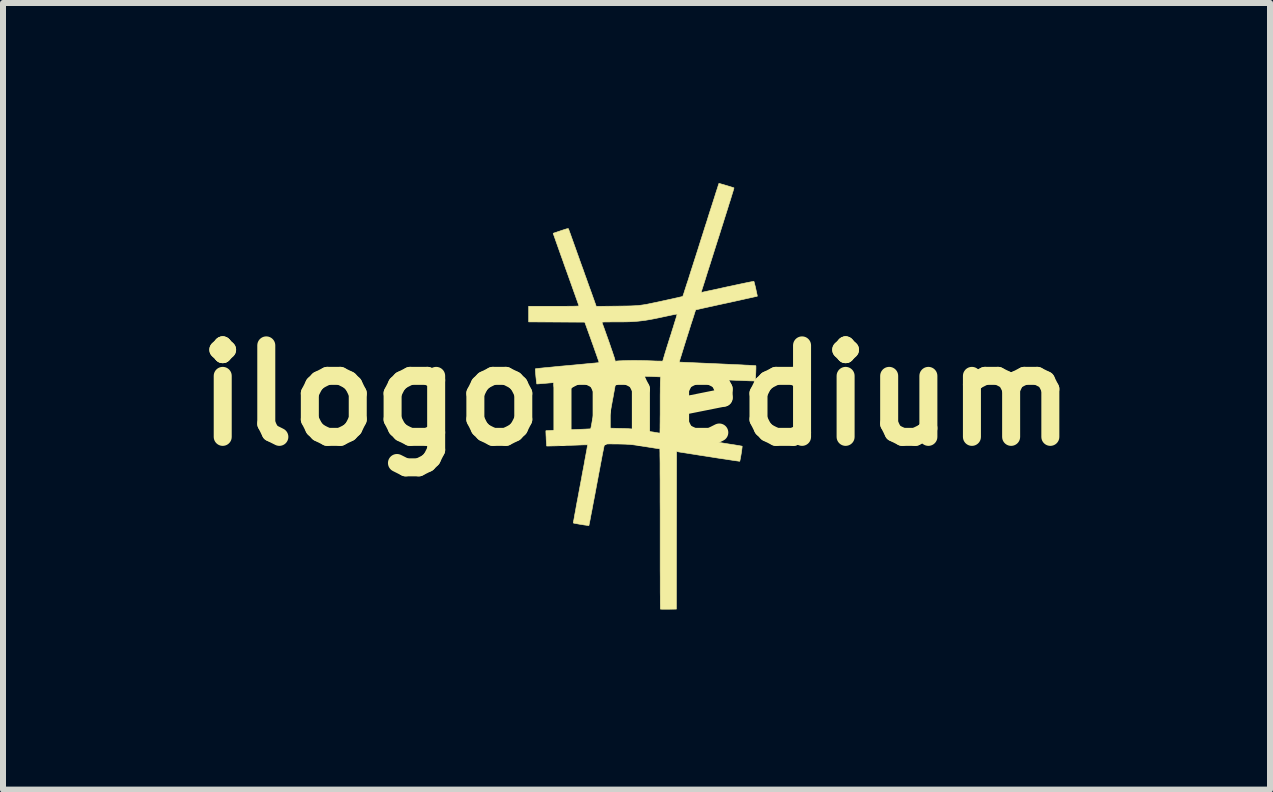
<source format=kicad_pcb>
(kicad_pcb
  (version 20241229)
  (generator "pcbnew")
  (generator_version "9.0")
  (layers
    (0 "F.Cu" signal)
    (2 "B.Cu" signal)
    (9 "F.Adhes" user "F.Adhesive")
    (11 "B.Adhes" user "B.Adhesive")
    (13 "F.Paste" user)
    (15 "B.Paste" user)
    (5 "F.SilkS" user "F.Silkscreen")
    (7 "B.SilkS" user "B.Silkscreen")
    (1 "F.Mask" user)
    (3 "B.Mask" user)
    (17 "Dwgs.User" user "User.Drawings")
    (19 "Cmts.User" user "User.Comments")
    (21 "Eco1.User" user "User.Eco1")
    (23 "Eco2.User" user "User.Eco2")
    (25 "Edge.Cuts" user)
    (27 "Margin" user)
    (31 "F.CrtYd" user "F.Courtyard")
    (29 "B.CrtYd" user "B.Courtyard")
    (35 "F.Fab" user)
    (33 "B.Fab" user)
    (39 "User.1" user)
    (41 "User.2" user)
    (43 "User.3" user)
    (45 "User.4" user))
  (footprint "ilogomedium"
    (layer "F.Cu")
    (at 7.555 3.539)
    (property "Reference" "ilogomedium" (at 0 0 0) (layer "F.SilkS") (effects (font (size 1.524 1.524) (thickness 0.3))))
    (attr through_hole)
    (fp_poly (pts (xy 1.379 -3.532) (xy 1.396 -3.528) (xy 1.42 -3.521) (xy 1.449 -3.513) (xy 1.482 -3.503) (xy 1.516 -3.493) (xy 1.549 -3.483) (xy 1.578 -3.474) (xy 1.602 -3.466) (xy 1.618 -3.461) (xy 1.624 -3.458) (xy 1.622 -3.452) (xy 1.617 -3.434) (xy 1.609 -3.406) (xy 1.597 -3.367) (xy 1.582 -3.319) (xy 1.565 -3.262) (xy 1.544 -3.198) (xy 1.522 -3.126) (xy 1.497 -3.047) (xy 1.47 -2.962) (xy 1.442 -2.872) (xy 1.412 -2.778) (xy 1.381 -2.679) (xy 1.351 -2.586) (xy 1.319 -2.485) (xy 1.288 -2.387) (xy 1.258 -2.292) (xy 1.23 -2.203) (xy 1.203 -2.119) (xy 1.178 -2.041) (xy 1.156 -1.97) (xy 1.136 -1.906) (xy 1.118 -1.85) (xy 1.103 -1.803) (xy 1.091 -1.766) (xy 1.083 -1.738) (xy 1.078 -1.722) (xy 1.076 -1.716) (xy 1.082 -1.717) (xy 1.1 -1.721) (xy 1.128 -1.727) (xy 1.165 -1.735) (xy 1.211 -1.745) (xy 1.264 -1.756) (xy 1.324 -1.769) (xy 1.389 -1.783) (xy 1.459 -1.799) (xy 1.514 -1.811) (xy 1.586 -1.826) (xy 1.655 -1.841) (xy 1.72 -1.855) (xy 1.778 -1.867) (xy 1.83 -1.878) (xy 1.875 -1.887) (xy 1.91 -1.894) (xy 1.936 -1.898) (xy 1.952 -1.901) (xy 1.956 -1.901) (xy 1.958 -1.893) (xy 1.963 -1.876) (xy 1.969 -1.851) (xy 1.977 -1.821) (xy 1.985 -1.787) (xy 1.992 -1.753) (xy 1.999 -1.721) (xy 2.005 -1.693) (xy 2.01 -1.671) (xy 2.012 -1.657) (xy 2.012 -1.654) (xy 2.005 -1.652) (xy 1.987 -1.648) (xy 1.959 -1.642) (xy 1.921 -1.633) (xy 1.874 -1.623) (xy 1.819 -1.611) (xy 1.758 -1.597) (xy 1.69 -1.582) (xy 1.618 -1.566) (xy 1.541 -1.549) (xy 1.499 -1.54) (xy 1.42 -1.523) (xy 1.346 -1.507) (xy 1.275 -1.491) (xy 1.21 -1.477) (xy 1.152 -1.464) (xy 1.101 -1.453) (xy 1.058 -1.443) (xy 1.024 -1.435) (xy 1 -1.43) (xy 0.988 -1.427) (xy 0.986 -1.426) (xy 0.983 -1.419) (xy 0.977 -1.402) (xy 0.968 -1.375) (xy 0.957 -1.339) (xy 0.943 -1.295) (xy 0.927 -1.246) (xy 0.909 -1.192) (xy 0.891 -1.134) (xy 0.872 -1.073) (xy 0.852 -1.011) (xy 0.832 -0.948) (xy 0.813 -0.887) (xy 0.794 -0.827) (xy 0.777 -0.771) (xy 0.761 -0.72) (xy 0.747 -0.674) (xy 0.735 -0.636) (xy 0.725 -0.605) (xy 0.719 -0.583) (xy 0.716 -0.573) (xy 0.716 -0.572) (xy 0.714 -0.556) (xy 1.349 -0.528) (xy 1.438 -0.524) (xy 1.523 -0.52) (xy 1.604 -0.516) (xy 1.679 -0.513) (xy 1.748 -0.51) (xy 1.81 -0.506) (xy 1.865 -0.504) (xy 1.91 -0.501) (xy 1.946 -0.499) (xy 1.971 -0.498) (xy 1.986 -0.496) (xy 1.988 -0.496) (xy 1.989 -0.489) (xy 1.989 -0.472) (xy 1.989 -0.446) (xy 1.988 -0.415) (xy 1.987 -0.381) (xy 1.985 -0.346) (xy 1.983 -0.313) (xy 1.982 -0.283) (xy 1.98 -0.26) (xy 1.978 -0.245) (xy 1.977 -0.242) (xy 1.971 -0.242) (xy 1.953 -0.242) (xy 1.924 -0.243) (xy 1.885 -0.244) (xy 1.838 -0.246) (xy 1.784 -0.248) (xy 1.723 -0.251) (xy 1.657 -0.253) (xy 1.586 -0.256) (xy 1.512 -0.259) (xy 1.436 -0.263) (xy 1.359 -0.266) (xy 1.281 -0.269) (xy 1.204 -0.273) (xy 1.129 -0.276) (xy 1.057 -0.279) (xy 0.988 -0.282) (xy 0.925 -0.285) (xy 0.868 -0.288) (xy 0.817 -0.29) (xy 0.775 -0.292) (xy 0.742 -0.294) (xy 0.719 -0.295) (xy 0.71 -0.296) (xy 0.667 -0.3) (xy 0.667 0.67) (xy 1.21 0.756) (xy 1.292 0.769) (xy 1.37 0.781) (xy 1.443 0.793) (xy 1.511 0.804) (xy 1.573 0.814) (xy 1.627 0.822) (xy 1.674 0.83) (xy 1.711 0.836) (xy 1.738 0.841) (xy 1.755 0.844) (xy 1.759 0.845) (xy 1.76 0.852) (xy 1.758 0.868) (xy 1.755 0.893) (xy 1.751 0.924) (xy 1.746 0.957) (xy 1.74 0.992) (xy 1.734 1.025) (xy 1.729 1.054) (xy 1.724 1.077) (xy 1.721 1.092) (xy 1.719 1.096) (xy 1.713 1.096) (xy 1.695 1.093) (xy 1.667 1.089) (xy 1.629 1.084) (xy 1.584 1.077) (xy 1.532 1.069) (xy 1.474 1.06) (xy 1.411 1.051) (xy 1.345 1.041) (xy 1.276 1.03) (xy 1.206 1.019) (xy 1.137 1.008) (xy 1.068 0.998) (xy 1.001 0.987) (xy 0.938 0.977) (xy 0.879 0.968) (xy 0.825 0.959) (xy 0.778 0.952) (xy 0.739 0.946) (xy 0.709 0.941) (xy 0.689 0.937) (xy 0.681 0.935) (xy 0.667 0.932) (xy 0.665 2.246) (xy 0.664 3.559) (xy 0.533 3.561) (xy 0.493 3.561) (xy 0.458 3.561) (xy 0.43 3.561) (xy 0.409 3.56) (xy 0.399 3.559) (xy 0.398 3.558) (xy 0.398 3.552) (xy 0.397 3.533) (xy 0.397 3.502) (xy 0.396 3.461) (xy 0.396 3.41) (xy 0.396 3.348) (xy 0.395 3.278) (xy 0.395 3.199) (xy 0.395 3.112) (xy 0.395 3.017) (xy 0.394 2.916) (xy 0.394 2.808) (xy 0.394 2.695) (xy 0.394 2.577) (xy 0.394 2.455) (xy 0.394 2.328) (xy 0.394 2.221) (xy 0.394 2.061) (xy 0.394 1.91) (xy 0.393 1.769) (xy 0.393 1.637) (xy 0.393 1.515) (xy 0.393 1.402) (xy 0.392 1.301) (xy 0.392 1.209) (xy 0.392 1.129) (xy 0.391 1.06) (xy 0.39 1.002) (xy 0.39 0.956) (xy 0.389 0.922) (xy 0.389 0.899) (xy 0.388 0.89) (xy 0.388 0.889) (xy 0.38 0.888) (xy 0.362 0.885) (xy 0.334 0.881) (xy 0.298 0.876) (xy 0.257 0.869) (xy 0.211 0.862) (xy 0.199 0.86) (xy 0.129 0.849) (xy 0.071 0.84) (xy 0.021 0.832) (xy -0.021 0.826) (xy -0.058 0.821) (xy -0.092 0.818) (xy -0.123 0.815) (xy -0.154 0.813) (xy -0.187 0.811) (xy -0.223 0.81) (xy -0.265 0.809) (xy -0.313 0.808) (xy -0.323 0.808) (xy -0.373 0.808) (xy -0.419 0.807) (xy -0.459 0.807) (xy -0.492 0.808) (xy -0.516 0.809) (xy -0.531 0.81) (xy -0.533 0.81) (xy -0.535 0.817) (xy -0.539 0.836) (xy -0.545 0.865) (xy -0.553 0.905) (xy -0.563 0.953) (xy -0.574 1.01) (xy -0.586 1.075) (xy -0.6 1.147) (xy -0.614 1.224) (xy -0.63 1.307) (xy -0.646 1.394) (xy -0.663 1.484) (xy -0.664 1.489) (xy -0.681 1.58) (xy -0.697 1.667) (xy -0.713 1.75) (xy -0.728 1.827) (xy -0.741 1.899) (xy -0.754 1.964) (xy -0.765 2.021) (xy -0.774 2.071) (xy -0.782 2.11) (xy -0.788 2.14) (xy -0.792 2.159) (xy -0.793 2.167) (xy -0.793 2.167) (xy -0.8 2.167) (xy -0.817 2.165) (xy -0.842 2.161) (xy -0.873 2.157) (xy -0.907 2.151) (xy -0.942 2.146) (xy -0.975 2.14) (xy -1.006 2.134) (xy -1.03 2.13) (xy -1.047 2.126) (xy -1.053 2.124) (xy -1.053 2.117) (xy -1.05 2.099) (xy -1.044 2.07) (xy -1.037 2.031) (xy -1.029 1.983) (xy -1.018 1.927) (xy -1.007 1.863) (xy -0.994 1.792) (xy -0.979 1.715) (xy -0.964 1.634) (xy -0.948 1.548) (xy -0.934 1.473) (xy -0.917 1.384) (xy -0.902 1.298) (xy -0.886 1.217) (xy -0.872 1.142) (xy -0.86 1.072) (xy -0.848 1.009) (xy -0.838 0.954) (xy -0.829 0.907) (xy -0.823 0.87) (xy -0.818 0.842) (xy -0.815 0.826) (xy -0.815 0.822) (xy -0.821 0.821) (xy -0.839 0.822) (xy -0.868 0.822) (xy -0.905 0.823) (xy -0.951 0.825) (xy -1.003 0.827) (xy -1.062 0.829) (xy -1.124 0.831) (xy -1.155 0.832) (xy -1.22 0.835) (xy -1.28 0.837) (xy -1.335 0.839) (xy -1.385 0.84) (xy -1.426 0.841) (xy -1.459 0.842) (xy -1.483 0.842) (xy -1.495 0.842) (xy -1.497 0.842) (xy -1.498 0.835) (xy -1.499 0.818) (xy -1.501 0.793) (xy -1.503 0.763) (xy -1.505 0.729) (xy -1.506 0.694) (xy -1.508 0.66) (xy -1.509 0.63) (xy -1.51 0.606) (xy -1.51 0.591) (xy -1.509 0.587) (xy -1.503 0.586) (xy -1.485 0.585) (xy -1.456 0.584) (xy -1.419 0.582) (xy -1.373 0.58) (xy -1.319 0.578) (xy -1.26 0.576) (xy -1.196 0.573) (xy -1.136 0.571) (xy -1.069 0.569) (xy -1.006 0.566) (xy -0.947 0.564) (xy -0.895 0.562) (xy -0.85 0.56) (xy -0.813 0.558) (xy -0.785 0.557) (xy -0.769 0.556) (xy -0.764 0.556) (xy -0.762 0.549) (xy -0.759 0.534) (xy -0.486 0.534) (xy -0.486 0.537) (xy -0.483 0.539) (xy -0.475 0.541) (xy -0.462 0.543) (xy -0.442 0.544) (xy -0.414 0.545) (xy -0.377 0.546) (xy -0.328 0.547) (xy -0.297 0.548) (xy -0.243 0.549) (xy -0.195 0.55) (xy -0.152 0.552) (xy -0.112 0.555) (xy -0.072 0.558) (xy -0.031 0.562) (xy 0.013 0.568) (xy 0.062 0.575) (xy 0.119 0.584) (xy 0.185 0.594) (xy 0.235 0.603) (xy 0.277 0.609) (xy 0.315 0.616) (xy 0.347 0.621) (xy 0.371 0.625) (xy 0.385 0.627) (xy 0.389 0.628) (xy 0.39 0.622) (xy 0.391 0.604) (xy 0.391 0.576) (xy 0.392 0.538) (xy 0.392 0.492) (xy 0.393 0.438) (xy 0.393 0.377) (xy 0.394 0.312) (xy 0.394 0.242) (xy 0.394 0.211) (xy 0.394 0.138) (xy 0.394 0.067) (xy 0.394 0.000012) (xy 0.395 -0.062) (xy 0.395 -0.118) (xy 0.396 -0.166) (xy 0.396 -0.206) (xy 0.397 -0.236) (xy 0.398 -0.255) (xy 0.398 -0.258) (xy 0.402 -0.31) (xy 0.282 -0.315) (xy 0.242 -0.317) (xy 0.196 -0.318) (xy 0.144 -0.319) (xy 0.088 -0.32) (xy 0.03 -0.32) (xy -0.029 -0.32) (xy -0.086 -0.32) (xy -0.139 -0.32) (xy -0.188 -0.32) (xy -0.231 -0.319) (xy -0.265 -0.318) (xy -0.29 -0.316) (xy -0.299 -0.315) (xy -0.334 -0.311) (xy -0.341 -0.252) (xy -0.344 -0.238) (xy -0.348 -0.213) (xy -0.354 -0.178) (xy -0.361 -0.136) (xy -0.37 -0.087) (xy -0.38 -0.033) (xy -0.39 0.025) (xy -0.402 0.086) (xy -0.413 0.148) (xy -0.424 0.209) (xy -0.435 0.269) (xy -0.446 0.327) (xy -0.456 0.38) (xy -0.465 0.427) (xy -0.473 0.468) (xy -0.479 0.5) (xy -0.484 0.522) (xy -0.486 0.534) (xy -0.486 0.534) (xy -0.759 0.534) (xy -0.758 0.532) (xy -0.753 0.504) (xy -0.746 0.468) (xy -0.738 0.424) (xy -0.728 0.374) (xy -0.718 0.319) (xy -0.707 0.26) (xy -0.695 0.199) (xy -0.684 0.137) (xy -0.672 0.075) (xy -0.661 0.014) (xy -0.65 -0.044) (xy -0.64 -0.098) (xy -0.631 -0.148) (xy -0.624 -0.19) (xy -0.617 -0.225) (xy -0.613 -0.252) (xy -0.61 -0.268) (xy -0.61 -0.272) (xy -0.61 -0.281) (xy -0.615 -0.285) (xy -0.626 -0.285) (xy -0.643 -0.284) (xy -0.669 -0.281) (xy -0.704 -0.278) (xy -0.748 -0.273) (xy -0.798 -0.268) (xy -0.855 -0.263) (xy -0.917 -0.257) (xy -0.983 -0.251) (xy -1.051 -0.245) (xy -1.121 -0.239) (xy -1.191 -0.232) (xy -1.261 -0.226) (xy -1.328 -0.22) (xy -1.392 -0.214) (xy -1.452 -0.209) (xy -1.507 -0.204) (xy -1.555 -0.2) (xy -1.596 -0.197) (xy -1.628 -0.194) (xy -1.65 -0.193) (xy -1.66 -0.192) (xy -1.661 -0.192) (xy -1.663 -0.2) (xy -1.666 -0.217) (xy -1.669 -0.243) (xy -1.672 -0.274) (xy -1.676 -0.308) (xy -1.679 -0.343) (xy -1.682 -0.376) (xy -1.684 -0.405) (xy -1.685 -0.428) (xy -1.685 -0.442) (xy -1.684 -0.445) (xy -1.677 -0.446) (xy -1.659 -0.448) (xy -1.629 -0.452) (xy -1.59 -0.456) (xy -1.543 -0.461) (xy -1.487 -0.466) (xy -1.424 -0.472) (xy -1.356 -0.479) (xy -1.283 -0.486) (xy -1.206 -0.493) (xy -1.184 -0.495) (xy -1.105 -0.502) (xy -1.03 -0.509) (xy -0.958 -0.516) (xy -0.891 -0.522) (xy -0.831 -0.528) (xy -0.777 -0.533) (xy -0.733 -0.537) (xy -0.697 -0.54) (xy -0.672 -0.543) (xy -0.658 -0.544) (xy -0.656 -0.544) (xy -0.623 -0.548) (xy -0.632 -0.577) (xy -0.636 -0.589) (xy -0.644 -0.611) (xy -0.655 -0.643) (xy -0.669 -0.683) (xy -0.686 -0.73) (xy -0.704 -0.782) (xy -0.724 -0.839) (xy -0.746 -0.899) (xy -0.751 -0.914) (xy -0.86 -1.216) (xy -0.575 -1.216) (xy -0.575 -1.214) (xy -0.567 -1.193) (xy -0.556 -1.163) (xy -0.542 -1.125) (xy -0.526 -1.08) (xy -0.509 -1.032) (xy -0.49 -0.979) (xy -0.471 -0.926) (xy -0.452 -0.872) (xy -0.434 -0.819) (xy -0.417 -0.769) (xy -0.401 -0.724) (xy -0.388 -0.684) (xy -0.377 -0.651) (xy -0.369 -0.628) (xy -0.365 -0.614) (xy -0.365 -0.614) (xy -0.354 -0.57) (xy -0.328 -0.574) (xy -0.314 -0.575) (xy -0.29 -0.577) (xy -0.257 -0.578) (xy -0.218 -0.58) (xy -0.175 -0.581) (xy -0.146 -0.582) (xy -0.079 -0.583) (xy -0.002 -0.583) (xy 0.081 -0.582) (xy 0.167 -0.58) (xy 0.22 -0.578) (xy 0.271 -0.576) (xy 0.317 -0.574) (xy 0.358 -0.573) (xy 0.392 -0.573) (xy 0.417 -0.572) (xy 0.432 -0.572) (xy 0.435 -0.573) (xy 0.438 -0.58) (xy 0.444 -0.597) (xy 0.45 -0.62) (xy 0.454 -0.633) (xy 0.459 -0.649) (xy 0.467 -0.677) (xy 0.478 -0.714) (xy 0.492 -0.759) (xy 0.508 -0.811) (xy 0.526 -0.868) (xy 0.545 -0.929) (xy 0.565 -0.992) (xy 0.575 -1.021) (xy 0.594 -1.084) (xy 0.613 -1.142) (xy 0.629 -1.196) (xy 0.644 -1.244) (xy 0.657 -1.285) (xy 0.666 -1.318) (xy 0.673 -1.341) (xy 0.677 -1.354) (xy 0.677 -1.357) (xy 0.67 -1.356) (xy 0.653 -1.353) (xy 0.625 -1.348) (xy 0.59 -1.341) (xy 0.548 -1.332) (xy 0.5 -1.322) (xy 0.453 -1.312) (xy 0.364 -1.293) (xy 0.286 -1.277) (xy 0.215 -1.264) (xy 0.15 -1.253) (xy 0.088 -1.245) (xy 0.028 -1.238) (xy -0.034 -1.233) (xy -0.099 -1.229) (xy -0.17 -1.227) (xy -0.248 -1.226) (xy -0.336 -1.226) (xy -0.355 -1.226) (xy -0.414 -1.226) (xy -0.462 -1.225) (xy -0.499 -1.225) (xy -0.528 -1.225) (xy -0.548 -1.224) (xy -0.562 -1.223) (xy -0.571 -1.221) (xy -0.575 -1.219) (xy -0.575 -1.216) (xy -0.86 -1.216) (xy -0.862 -1.222) (xy -1.329 -1.224) (xy -1.797 -1.226) (xy -1.797 -1.486) (xy -1.378 -1.486) (xy -1.306 -1.486) (xy -1.238 -1.486) (xy -1.176 -1.486) (xy -1.119 -1.487) (xy -1.069 -1.487) (xy -1.027 -1.488) (xy -0.994 -1.489) (xy -0.972 -1.49) (xy -0.96 -1.49) (xy -0.959 -1.491) (xy -0.961 -1.497) (xy -0.967 -1.515) (xy -0.977 -1.543) (xy -0.99 -1.58) (xy -1.007 -1.627) (xy -1.026 -1.681) (xy -1.048 -1.742) (xy -1.072 -1.81) (xy -1.098 -1.883) (xy -1.126 -1.961) (xy -1.155 -2.043) (xy -1.175 -2.098) (xy -1.205 -2.182) (xy -1.233 -2.262) (xy -1.261 -2.339) (xy -1.286 -2.41) (xy -1.309 -2.475) (xy -1.33 -2.534) (xy -1.348 -2.585) (xy -1.363 -2.628) (xy -1.375 -2.662) (xy -1.384 -2.686) (xy -1.388 -2.699) (xy -1.389 -2.702) (xy -1.383 -2.704) (xy -1.366 -2.71) (xy -1.341 -2.718) (xy -1.31 -2.729) (xy -1.273 -2.741) (xy -1.262 -2.745) (xy -1.22 -2.759) (xy -1.188 -2.769) (xy -1.166 -2.776) (xy -1.15 -2.779) (xy -1.141 -2.78) (xy -1.135 -2.779) (xy -1.133 -2.776) (xy -1.131 -2.768) (xy -1.124 -2.75) (xy -1.114 -2.722) (xy -1.1 -2.684) (xy -1.084 -2.639) (xy -1.065 -2.586) (xy -1.044 -2.527) (xy -1.021 -2.463) (xy -0.997 -2.395) (xy -0.971 -2.323) (xy -0.945 -2.249) (xy -0.918 -2.174) (xy -0.89 -2.098) (xy -0.864 -2.023) (xy -0.837 -1.949) (xy -0.812 -1.878) (xy -0.788 -1.811) (xy -0.765 -1.748) (xy -0.744 -1.69) (xy -0.726 -1.639) (xy -0.71 -1.595) (xy -0.698 -1.559) (xy -0.688 -1.533) (xy -0.683 -1.516) (xy -0.681 -1.512) (xy -0.671 -1.485) (xy -0.347 -1.488) (xy -0.268 -1.489) (xy -0.201 -1.49) (xy -0.144 -1.491) (xy -0.095 -1.492) (xy -0.052 -1.494) (xy -0.015 -1.496) (xy 0.018 -1.498) (xy 0.048 -1.501) (xy 0.078 -1.505) (xy 0.108 -1.509) (xy 0.139 -1.514) (xy 0.143 -1.515) (xy 0.164 -1.518) (xy 0.194 -1.524) (xy 0.231 -1.532) (xy 0.275 -1.541) (xy 0.324 -1.551) (xy 0.376 -1.562) (xy 0.43 -1.574) (xy 0.485 -1.586) (xy 0.539 -1.598) (xy 0.591 -1.609) (xy 0.638 -1.62) (xy 0.681 -1.629) (xy 0.717 -1.638) (xy 0.745 -1.644) (xy 0.763 -1.649) (xy 0.77 -1.651) (xy 0.77 -1.651) (xy 0.773 -1.658) (xy 0.779 -1.676) (xy 0.789 -1.704) (xy 0.801 -1.743) (xy 0.817 -1.792) (xy 0.835 -1.849) (xy 0.857 -1.914) (xy 0.88 -1.987) (xy 0.905 -2.067) (xy 0.933 -2.153) (xy 0.962 -2.244) (xy 0.993 -2.341) (xy 1.025 -2.441) (xy 1.058 -2.546) (xy 1.073 -2.594) (xy 1.107 -2.7) (xy 1.139 -2.802) (xy 1.171 -2.9) (xy 1.2 -2.994) (xy 1.228 -3.082) (xy 1.255 -3.165) (xy 1.279 -3.24) (xy 1.301 -3.309) (xy 1.32 -3.37) (xy 1.337 -3.422) (xy 1.351 -3.465) (xy 1.361 -3.498) (xy 1.369 -3.521) (xy 1.372 -3.532) (xy 1.373 -3.534) (xy 1.379 -3.532)) (stroke (width 0.01) (type solid)) (fill yes) (layer "F.SilkS")))
  (gr_rect
    (start -3 -3)
    (end 18.109 10.105)
    (stroke (width 0.1) (type default))
    (fill no)
    (layer "Edge.Cuts")))
</source>
